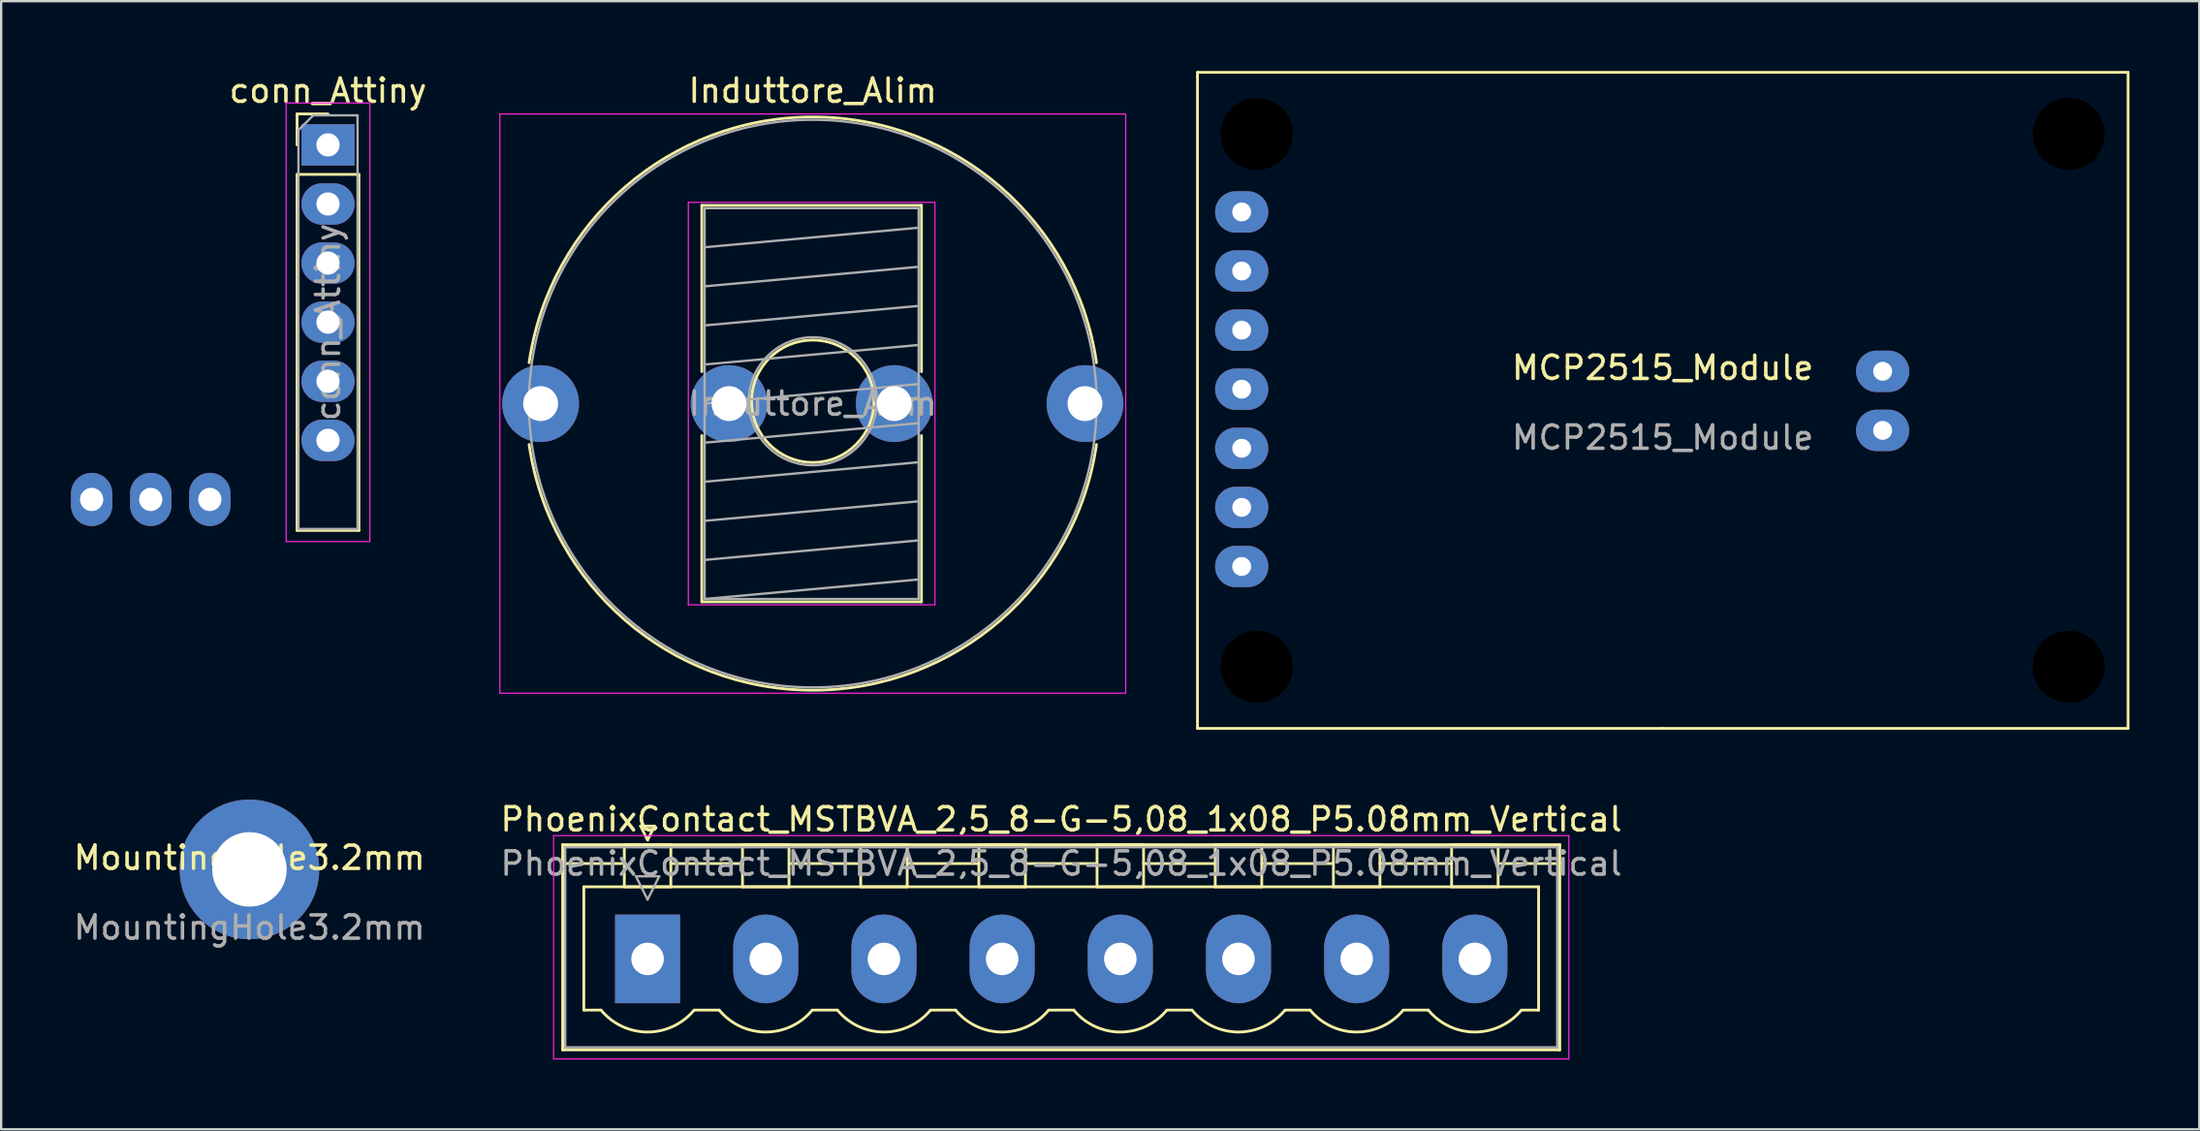
<source format=kicad_pcb>
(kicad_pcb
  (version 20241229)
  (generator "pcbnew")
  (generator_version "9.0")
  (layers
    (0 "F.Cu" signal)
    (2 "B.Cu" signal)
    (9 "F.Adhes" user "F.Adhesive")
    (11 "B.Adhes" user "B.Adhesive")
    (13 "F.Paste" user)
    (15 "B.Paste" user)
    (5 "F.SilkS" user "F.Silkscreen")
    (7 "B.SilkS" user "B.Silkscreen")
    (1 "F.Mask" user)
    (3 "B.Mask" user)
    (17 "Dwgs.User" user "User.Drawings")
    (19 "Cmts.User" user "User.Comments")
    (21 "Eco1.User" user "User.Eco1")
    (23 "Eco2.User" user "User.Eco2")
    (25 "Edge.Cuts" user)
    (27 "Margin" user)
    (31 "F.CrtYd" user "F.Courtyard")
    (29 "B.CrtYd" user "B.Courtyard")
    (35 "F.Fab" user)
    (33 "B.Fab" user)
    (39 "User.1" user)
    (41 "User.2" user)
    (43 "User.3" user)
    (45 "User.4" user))
  (footprint "MCP2515_Module"
    (layer "F.Cu")
    (at 77.872 12.91)
    (property "Reference" "MCP2515_Module" (at -9.45 -0.15 0) (unlocked yes) (layer "F.SilkS") (effects (font (size 1 1) (thickness 0.15))))
    (attr through_hole)
    (fp_line (start -29.45 -12.85) (end 10.55 -12.85) (stroke (width 0.12) (type solid)) (layer "F.SilkS"))
    (fp_line (start -29.45 -12.65) (end -29.45 -12.85) (stroke (width 0.12) (type solid)) (layer "F.SilkS"))
    (fp_line (start -29.45 15.35) (end -29.45 -12.65) (stroke (width 0.12) (type solid)) (layer "F.SilkS"))
    (fp_line (start -9.45 15.35) (end -29.45 15.35) (stroke (width 0.12) (type solid)) (layer "F.SilkS"))
    (fp_line (start -9.45 15.35) (end 10.55 15.35) (stroke (width 0.12) (type solid)) (layer "F.SilkS"))
    (fp_line (start 10.55 -12.85) (end 10.55 15.35) (stroke (width 0.12) (type solid)) (layer "F.SilkS"))
    (fp_text user "${REFERENCE}" (at -9.45 2.85 0) (unlocked yes) (layer "F.Fab") (effects (font (size 1 1) (thickness 0.15))))
    (pad "" np_thru_hole circle (at -26.9 -10.2) (size 3.2 3.2) (drill 3.1) (layers "*.Mask"))
    (pad "" np_thru_hole circle (at -26.9 12.7) (size 3.2 3.2) (drill 3.1) (layers "*.Mask"))
    (pad "" np_thru_hole circle (at 8 -10.2) (size 3.2 3.2) (drill 3.1) (layers "*.Mask"))
    (pad "" np_thru_hole circle (at 8 12.7) (size 3.2 3.2) (drill 3.1) (layers "*.Mask"))
    (pad "1" thru_hole oval (at -27.55 -6.85) (size 2.286 1.778) (drill 0.813) (layers "*.Cu" "*.Mask"))
    (pad "2" thru_hole oval (at -27.55 -4.31) (size 2.286 1.778) (drill 0.813) (layers "*.Cu" "*.Mask"))
    (pad "3" thru_hole oval (at -27.55 -1.77) (size 2.286 1.778) (drill 0.813) (layers "*.Cu" "*.Mask"))
    (pad "4" thru_hole oval (at -27.55 0.77) (size 2.286 1.778) (drill 0.813) (layers "*.Cu" "*.Mask"))
    (pad "5" thru_hole oval (at -27.55 3.31) (size 2.286 1.778) (drill 0.813) (layers "*.Cu" "*.Mask"))
    (pad "6" thru_hole oval (at -27.55 5.85) (size 2.286 1.778) (drill 0.813) (layers "*.Cu" "*.Mask"))
    (pad "7" thru_hole oval (at -27.55 8.39) (size 2.286 1.778) (drill 0.813) (layers "*.Cu" "*.Mask"))
    (pad "8" thru_hole oval (at 0 0) (size 2.286 1.778) (drill 0.813) (layers "*.Cu" "*.Mask"))
    (pad "9" thru_hole oval (at 0 2.54) (size 2.286 1.778) (drill 0.813) (layers "*.Cu" "*.Mask")))
  (footprint "MountingHole3.2mm"
    (layer "F.Cu")
    (at 7.673 34.32)
    (property "Reference" "MountingHole3.2mm" (at 0 -0.5 0) (unlocked yes) (layer "F.SilkS") (effects (font (size 1 1) (thickness 0.15))))
    (attr through_hole)
    (fp_text user "${REFERENCE}" (at 0 2.5 0) (unlocked yes) (layer "F.Fab") (effects (font (size 1 1) (thickness 0.15))))
    (pad "1" thru_hole circle (at 0 0) (size 6 6) (drill 3.2) (layers "*.Cu" "*.Mask")))
  (footprint "conn_Attiny"
    (layer "F.Cu")
    (at 11.049 3.178)
    (property "Reference" "conn_Attiny" (at 0 -2.33 0) (layer "F.SilkS") (effects (font (size 1 1) (thickness 0.15))))
    (attr through_hole)
    (fp_line (start -1.33 -1.33) (end 0 -1.33) (stroke (width 0.12) (type solid)) (layer "F.SilkS"))
    (fp_line (start -1.33 0) (end -1.33 -1.33) (stroke (width 0.12) (type solid)) (layer "F.SilkS"))
    (fp_line (start -1.33 1.27) (end -1.33 16.57) (stroke (width 0.12) (type solid)) (layer "F.SilkS"))
    (fp_line (start -1.33 1.27) (end 1.33 1.27) (stroke (width 0.12) (type solid)) (layer "F.SilkS"))
    (fp_line (start -1.33 16.57) (end 1.33 16.57) (stroke (width 0.12) (type solid)) (layer "F.SilkS"))
    (fp_line (start 1.33 1.27) (end 1.33 16.57) (stroke (width 0.12) (type solid)) (layer "F.SilkS"))
    (fp_line (start -1.8 -1.8) (end -1.8 17.05) (stroke (width 0.05) (type solid)) (layer "F.CrtYd"))
    (fp_line (start -1.8 17.05) (end 1.8 17.05) (stroke (width 0.05) (type solid)) (layer "F.CrtYd"))
    (fp_line (start 1.8 -1.8) (end -1.8 -1.8) (stroke (width 0.05) (type solid)) (layer "F.CrtYd"))
    (fp_line (start 1.8 17.05) (end 1.8 -1.8) (stroke (width 0.05) (type solid)) (layer "F.CrtYd"))
    (fp_line (start -1.27 -0.635) (end -0.635 -1.27) (stroke (width 0.1) (type solid)) (layer "F.Fab"))
    (fp_line (start -1.27 16.51) (end -1.27 -0.635) (stroke (width 0.1) (type solid)) (layer "F.Fab"))
    (fp_line (start -0.635 -1.27) (end 1.27 -1.27) (stroke (width 0.1) (type solid)) (layer "F.Fab"))
    (fp_line (start 1.27 -1.27) (end 1.27 16.51) (stroke (width 0.1) (type solid)) (layer "F.Fab"))
    (fp_line (start 1.27 16.51) (end -1.27 16.51) (stroke (width 0.1) (type solid)) (layer "F.Fab"))
    (fp_text user "${REFERENCE}" (at 0 7.62 90) (layer "F.Fab") (effects (font (size 1 1) (thickness 0.15))))
    (pad "1" thru_hole rect (at 0 0) (size 2.286 1.778) (drill 1) (layers "*.Cu" "*.Mask"))
    (pad "2" thru_hole oval (at 0 2.54) (size 2.286 1.778) (drill 1) (layers "*.Cu" "*.Mask"))
    (pad "3" thru_hole oval (at 0 5.08) (size 2.286 1.778) (drill 1) (layers "*.Cu" "*.Mask"))
    (pad "4" thru_hole oval (at 0 7.62) (size 2.286 1.778) (drill 1) (layers "*.Cu" "*.Mask"))
    (pad "5" thru_hole oval (at 0 10.16) (size 2.286 1.778) (drill 1) (layers "*.Cu" "*.Mask"))
    (pad "6" thru_hole oval (at 0 12.7) (size 2.286 1.778) (drill 1) (layers "*.Cu" "*.Mask"))
    (pad "7" thru_hole oval (at -5.08 15.24 90) (size 2.286 1.778) (drill 1) (layers "*.Cu" "*.Mask"))
    (pad "8" thru_hole oval (at -7.62 15.24 90) (size 2.286 1.778) (drill 1) (layers "*.Cu" "*.Mask"))
    (pad "9" thru_hole oval (at -10.16 15.24 90) (size 2.286 1.778) (drill 1) (layers "*.Cu" "*.Mask")))
  (footprint "Induttore_Alim"
    (layer "F.Cu")
    (at 31.887 14.298)
    (property "Reference" "Induttore_Alim" (at 0 -13.45 0) (layer "F.SilkS") (effects (font (size 1 1) (thickness 0.15))))
    (attr through_hole)
    (fp_line (start -4.77 -8.52) (end 4.67 -8.52) (stroke (width 0.12) (type solid)) (layer "F.SilkS"))
    (fp_line (start -4.77 -1.374) (end -4.77 -8.52) (stroke (width 0.12) (type solid)) (layer "F.SilkS"))
    (fp_line (start -4.77 8.52) (end -4.77 1.374) (stroke (width 0.12) (type solid)) (layer "F.SilkS"))
    (fp_line (start -4.77 8.52) (end 4.67 8.52) (stroke (width 0.12) (type solid)) (layer "F.SilkS"))
    (fp_line (start 4.67 -1.374) (end 4.67 -8.52) (stroke (width 0.12) (type solid)) (layer "F.SilkS"))
    (fp_line (start 4.67 8.52) (end 4.67 1.374) (stroke (width 0.12) (type solid)) (layer "F.SilkS"))
    (fp_arc (start -12.193638 -1.76) (mid 0 -12.32) (end 12.193638 -1.76) (stroke (width 0.12) (type solid)) (layer "F.SilkS"))
    (fp_arc (start 12.193638 1.76) (mid 0 12.32) (end -12.193638 1.76) (stroke (width 0.12) (type solid)) (layer "F.SilkS"))
    (fp_circle (center 0 -0.1) (end 2.63 -0.1) (stroke (width 0.12) (type solid)) (fill no) (layer "F.SilkS"))
    (fp_line (start -13.45 -12.45) (end -13.45 12.45) (stroke (width 0.05) (type solid)) (layer "F.CrtYd"))
    (fp_line (start -13.45 12.45) (end 13.45 12.45) (stroke (width 0.05) (type solid)) (layer "F.CrtYd"))
    (fp_line (start -5.35 -8.65) (end -5.35 8.65) (stroke (width 0.05) (type solid)) (layer "F.CrtYd"))
    (fp_line (start -5.35 8.65) (end 5.25 8.65) (stroke (width 0.05) (type solid)) (layer "F.CrtYd"))
    (fp_line (start 5.25 -8.65) (end -5.35 -8.65) (stroke (width 0.05) (type solid)) (layer "F.CrtYd"))
    (fp_line (start 5.25 8.65) (end 5.25 -8.65) (stroke (width 0.05) (type solid)) (layer "F.CrtYd"))
    (fp_line (start 13.45 -12.45) (end -13.45 -12.45) (stroke (width 0.05) (type solid)) (layer "F.CrtYd"))
    (fp_line (start 13.45 12.45) (end 13.45 -12.45) (stroke (width 0.05) (type solid)) (layer "F.CrtYd"))
    (fp_line (start -4.65 -8.4) (end -4.65 8.4) (stroke (width 0.1) (type solid)) (layer "F.Fab"))
    (fp_line (start -4.65 -6.72) (end 4.55 -7.56) (stroke (width 0.1) (type solid)) (layer "F.Fab"))
    (fp_line (start -4.65 -5.04) (end 4.55 -5.88) (stroke (width 0.1) (type solid)) (layer "F.Fab"))
    (fp_line (start -4.65 -3.36) (end 4.55 -4.2) (stroke (width 0.1) (type solid)) (layer "F.Fab"))
    (fp_line (start -4.65 -1.68) (end 4.55 -2.52) (stroke (width 0.1) (type solid)) (layer "F.Fab"))
    (fp_line (start -4.65 0) (end 4.55 -0.84) (stroke (width 0.1) (type solid)) (layer "F.Fab"))
    (fp_line (start -4.65 1.68) (end 4.55 0.84) (stroke (width 0.1) (type solid)) (layer "F.Fab"))
    (fp_line (start -4.65 3.36) (end 4.55 2.52) (stroke (width 0.1) (type solid)) (layer "F.Fab"))
    (fp_line (start -4.65 5.04) (end 4.55 4.2) (stroke (width 0.1) (type solid)) (layer "F.Fab"))
    (fp_line (start -4.65 6.72) (end 4.55 5.88) (stroke (width 0.1) (type solid)) (layer "F.Fab"))
    (fp_line (start -4.65 8.4) (end 4.55 7.56) (stroke (width 0.1) (type solid)) (layer "F.Fab"))
    (fp_line (start -4.65 8.4) (end 4.55 8.4) (stroke (width 0.1) (type solid)) (layer "F.Fab"))
    (fp_line (start 4.55 -8.4) (end -4.65 -8.4) (stroke (width 0.1) (type solid)) (layer "F.Fab"))
    (fp_line (start 4.55 8.4) (end 4.55 -8.4) (stroke (width 0.1) (type solid)) (layer "F.Fab"))
    (fp_circle (center 0 -0.1) (end 2.75 -0.1) (stroke (width 0.1) (type solid)) (fill no) (layer "F.Fab"))
    (fp_circle (center 0 0) (end 12.2 0) (stroke (width 0.1) (type solid)) (fill no) (layer "F.Fab"))
    (fp_text user "${REFERENCE}" (at 0 0 0) (layer "F.Fab") (effects (font (size 1 1) (thickness 0.15))))
    (pad "1" thru_hole circle (at -11.7 0) (size 3.302 3.302) (drill 1.5) (layers "*.Cu" "*.Mask"))
    (pad "1" thru_hole circle (at -3.6 0) (size 3.302 3.302) (drill 1.5) (layers "*.Cu" "*.Mask"))
    (pad "2" thru_hole circle (at 3.5 0) (size 3.302 3.302) (drill 1.5) (layers "*.Cu" "*.Mask"))
    (pad "2" thru_hole circle (at 11.7 0) (size 3.302 3.302) (drill 1.5) (layers "*.Cu" "*.Mask")))
  (footprint "PhoenixContact_MSTBVA_2,5_8-G-5,08_1x08_P5.08mm_Vertical"
    (layer "F.Cu")
    (at 24.785 38.168)
    (property "Reference" "PhoenixContact_MSTBVA_2,5_8-G-5,08_1x08_P5.08mm_Vertical" (at 17.78 -6 0) (layer "F.SilkS") (effects (font (size 1 1) (thickness 0.15))))
    (attr through_hole)
    (fp_line (start -3.65 -4.91) (end -3.65 3.91) (stroke (width 0.12) (type solid)) (layer "F.SilkS"))
    (fp_line (start -3.65 -4.1) (end -1.11 -4.1) (stroke (width 0.12) (type solid)) (layer "F.SilkS"))
    (fp_line (start -3.65 3.91) (end 39.21 3.91) (stroke (width 0.12) (type solid)) (layer "F.SilkS"))
    (fp_line (start -2.74 -3.1) (end 38.3 -3.1) (stroke (width 0.12) (type solid)) (layer "F.SilkS"))
    (fp_line (start -2.74 2.2) (end -2.74 -3.1) (stroke (width 0.12) (type solid)) (layer "F.SilkS"))
    (fp_line (start -2 2.2) (end -2.74 2.2) (stroke (width 0.12) (type solid)) (layer "F.SilkS"))
    (fp_line (start -1 -4.91) (end 1 -4.91) (stroke (width 0.12) (type solid)) (layer "F.SilkS"))
    (fp_line (start -1 -3.1) (end -1 -4.91) (stroke (width 0.12) (type solid)) (layer "F.SilkS"))
    (fp_line (start -0.3 -5.71) (end 0.3 -5.71) (stroke (width 0.12) (type solid)) (layer "F.SilkS"))
    (fp_line (start 0 -5.11) (end -0.3 -5.71) (stroke (width 0.12) (type solid)) (layer "F.SilkS"))
    (fp_line (start 0.3 -5.71) (end 0 -5.11) (stroke (width 0.12) (type solid)) (layer "F.SilkS"))
    (fp_line (start 1 -4.91) (end 1 -3.1) (stroke (width 0.12) (type solid)) (layer "F.SilkS"))
    (fp_line (start 1 -4.1) (end 4.08 -4.1) (stroke (width 0.12) (type solid)) (layer "F.SilkS"))
    (fp_line (start 1 -3.1) (end -1 -3.1) (stroke (width 0.12) (type solid)) (layer "F.SilkS"))
    (fp_line (start 2 2.2) (end 3.08 2.2) (stroke (width 0.12) (type solid)) (layer "F.SilkS"))
    (fp_line (start 4.08 -4.91) (end 6.08 -4.91) (stroke (width 0.12) (type solid)) (layer "F.SilkS"))
    (fp_line (start 4.08 -3.1) (end 4.08 -4.91) (stroke (width 0.12) (type solid)) (layer "F.SilkS"))
    (fp_line (start 6.08 -4.91) (end 6.08 -3.1) (stroke (width 0.12) (type solid)) (layer "F.SilkS"))
    (fp_line (start 6.08 -4.1) (end 9.16 -4.1) (stroke (width 0.12) (type solid)) (layer "F.SilkS"))
    (fp_line (start 6.08 -3.1) (end 4.08 -3.1) (stroke (width 0.12) (type solid)) (layer "F.SilkS"))
    (fp_line (start 7.08 2.2) (end 8.16 2.2) (stroke (width 0.12) (type solid)) (layer "F.SilkS"))
    (fp_line (start 9.16 -4.91) (end 11.16 -4.91) (stroke (width 0.12) (type solid)) (layer "F.SilkS"))
    (fp_line (start 9.16 -3.1) (end 9.16 -4.91) (stroke (width 0.12) (type solid)) (layer "F.SilkS"))
    (fp_line (start 11.16 -4.91) (end 11.16 -3.1) (stroke (width 0.12) (type solid)) (layer "F.SilkS"))
    (fp_line (start 11.16 -4.1) (end 14.24 -4.1) (stroke (width 0.12) (type solid)) (layer "F.SilkS"))
    (fp_line (start 11.16 -3.1) (end 9.16 -3.1) (stroke (width 0.12) (type solid)) (layer "F.SilkS"))
    (fp_line (start 12.16 2.2) (end 13.24 2.2) (stroke (width 0.12) (type solid)) (layer "F.SilkS"))
    (fp_line (start 14.24 -4.91) (end 16.24 -4.91) (stroke (width 0.12) (type solid)) (layer "F.SilkS"))
    (fp_line (start 14.24 -3.1) (end 14.24 -4.91) (stroke (width 0.12) (type solid)) (layer "F.SilkS"))
    (fp_line (start 16.24 -4.91) (end 16.24 -3.1) (stroke (width 0.12) (type solid)) (layer "F.SilkS"))
    (fp_line (start 16.24 -4.1) (end 19.32 -4.1) (stroke (width 0.12) (type solid)) (layer "F.SilkS"))
    (fp_line (start 16.24 -3.1) (end 14.24 -3.1) (stroke (width 0.12) (type solid)) (layer "F.SilkS"))
    (fp_line (start 17.24 2.2) (end 18.32 2.2) (stroke (width 0.12) (type solid)) (layer "F.SilkS"))
    (fp_line (start 19.32 -4.91) (end 21.32 -4.91) (stroke (width 0.12) (type solid)) (layer "F.SilkS"))
    (fp_line (start 19.32 -3.1) (end 19.32 -4.91) (stroke (width 0.12) (type solid)) (layer "F.SilkS"))
    (fp_line (start 21.32 -4.91) (end 21.32 -3.1) (stroke (width 0.12) (type solid)) (layer "F.SilkS"))
    (fp_line (start 21.32 -4.1) (end 24.4 -4.1) (stroke (width 0.12) (type solid)) (layer "F.SilkS"))
    (fp_line (start 21.32 -3.1) (end 19.32 -3.1) (stroke (width 0.12) (type solid)) (layer "F.SilkS"))
    (fp_line (start 22.32 2.2) (end 23.4 2.2) (stroke (width 0.12) (type solid)) (layer "F.SilkS"))
    (fp_line (start 24.4 -4.91) (end 26.4 -4.91) (stroke (width 0.12) (type solid)) (layer "F.SilkS"))
    (fp_line (start 24.4 -3.1) (end 24.4 -4.91) (stroke (width 0.12) (type solid)) (layer "F.SilkS"))
    (fp_line (start 26.4 -4.91) (end 26.4 -3.1) (stroke (width 0.12) (type solid)) (layer "F.SilkS"))
    (fp_line (start 26.4 -4.1) (end 29.48 -4.1) (stroke (width 0.12) (type solid)) (layer "F.SilkS"))
    (fp_line (start 26.4 -3.1) (end 24.4 -3.1) (stroke (width 0.12) (type solid)) (layer "F.SilkS"))
    (fp_line (start 27.4 2.2) (end 28.48 2.2) (stroke (width 0.12) (type solid)) (layer "F.SilkS"))
    (fp_line (start 29.48 -4.91) (end 31.48 -4.91) (stroke (width 0.12) (type solid)) (layer "F.SilkS"))
    (fp_line (start 29.48 -3.1) (end 29.48 -4.91) (stroke (width 0.12) (type solid)) (layer "F.SilkS"))
    (fp_line (start 31.48 -4.91) (end 31.48 -3.1) (stroke (width 0.12) (type solid)) (layer "F.SilkS"))
    (fp_line (start 31.48 -4.1) (end 34.56 -4.1) (stroke (width 0.12) (type solid)) (layer "F.SilkS"))
    (fp_line (start 31.48 -3.1) (end 29.48 -3.1) (stroke (width 0.12) (type solid)) (layer "F.SilkS"))
    (fp_line (start 32.48 2.2) (end 33.56 2.2) (stroke (width 0.12) (type solid)) (layer "F.SilkS"))
    (fp_line (start 34.56 -4.91) (end 36.56 -4.91) (stroke (width 0.12) (type solid)) (layer "F.SilkS"))
    (fp_line (start 34.56 -3.1) (end 34.56 -4.91) (stroke (width 0.12) (type solid)) (layer "F.SilkS"))
    (fp_line (start 36.56 -4.91) (end 36.56 -3.1) (stroke (width 0.12) (type solid)) (layer "F.SilkS"))
    (fp_line (start 36.56 -3.1) (end 34.56 -3.1) (stroke (width 0.12) (type solid)) (layer "F.SilkS"))
    (fp_line (start 38.3 -3.1) (end 38.3 2.2) (stroke (width 0.12) (type solid)) (layer "F.SilkS"))
    (fp_line (start 38.3 2.2) (end 37.56 2.2) (stroke (width 0.12) (type solid)) (layer "F.SilkS"))
    (fp_line (start 39.21 -4.91) (end -3.65 -4.91) (stroke (width 0.12) (type solid)) (layer "F.SilkS"))
    (fp_line (start 39.21 -4.1) (end 36.67 -4.1) (stroke (width 0.12) (type solid)) (layer "F.SilkS"))
    (fp_line (start 39.21 3.91) (end 39.21 -4.91) (stroke (width 0.12) (type solid)) (layer "F.SilkS"))
    (fp_arc (start 1.986842 2.215821) (mid -0.010289 3.142758) (end -2 2.2) (stroke (width 0.12) (type solid)) (layer "F.SilkS"))
    (fp_arc (start 7.066842 2.215821) (mid 5.069711 3.142758) (end 3.08 2.2) (stroke (width 0.12) (type solid)) (layer "F.SilkS"))
    (fp_arc (start 12.146842 2.215821) (mid 10.149711 3.142758) (end 8.16 2.2) (stroke (width 0.12) (type solid)) (layer "F.SilkS"))
    (fp_arc (start 17.226842 2.215821) (mid 15.229711 3.142758) (end 13.24 2.2) (stroke (width 0.12) (type solid)) (layer "F.SilkS"))
    (fp_arc (start 22.306842 2.215821) (mid 20.309711 3.142758) (end 18.32 2.2) (stroke (width 0.12) (type solid)) (layer "F.SilkS"))
    (fp_arc (start 27.386842 2.215821) (mid 25.389711 3.142758) (end 23.4 2.2) (stroke (width 0.12) (type solid)) (layer "F.SilkS"))
    (fp_arc (start 32.466842 2.215821) (mid 30.469711 3.142758) (end 28.48 2.2) (stroke (width 0.12) (type solid)) (layer "F.SilkS"))
    (fp_arc (start 37.546842 2.215821) (mid 35.549711 3.142758) (end 33.56 2.2) (stroke (width 0.12) (type solid)) (layer "F.SilkS"))
    (fp_line (start -4.04 -5.3) (end -4.04 4.3) (stroke (width 0.05) (type solid)) (layer "F.CrtYd"))
    (fp_line (start -4.04 4.3) (end 39.6 4.3) (stroke (width 0.05) (type solid)) (layer "F.CrtYd"))
    (fp_line (start 39.6 -5.3) (end -4.04 -5.3) (stroke (width 0.05) (type solid)) (layer "F.CrtYd"))
    (fp_line (start 39.6 4.3) (end 39.6 -5.3) (stroke (width 0.05) (type solid)) (layer "F.CrtYd"))
    (fp_line (start -3.54 -4.8) (end -3.54 3.8) (stroke (width 0.1) (type solid)) (layer "F.Fab"))
    (fp_line (start -3.54 3.8) (end 39.1 3.8) (stroke (width 0.1) (type solid)) (layer "F.Fab"))
    (fp_line (start -0.5 -3.55) (end 0.5 -3.55) (stroke (width 0.1) (type solid)) (layer "F.Fab"))
    (fp_line (start 0 -2.55) (end -0.5 -3.55) (stroke (width 0.1) (type solid)) (layer "F.Fab"))
    (fp_line (start 0.5 -3.55) (end 0 -2.55) (stroke (width 0.1) (type solid)) (layer "F.Fab"))
    (fp_line (start 39.1 -4.8) (end -3.54 -4.8) (stroke (width 0.1) (type solid)) (layer "F.Fab"))
    (fp_line (start 39.1 3.8) (end 39.1 -4.8) (stroke (width 0.1) (type solid)) (layer "F.Fab"))
    (fp_text user "${REFERENCE}" (at 17.78 -4.1 0) (layer "F.Fab") (effects (font (size 1 1) (thickness 0.15))))
    (pad "1" thru_hole rect (at 0 0) (size 2.794 3.81) (drill 1.397) (layers "*.Cu" "*.Mask"))
    (pad "2" thru_hole oval (at 5.08 0) (size 2.794 3.81) (drill 1.397) (layers "*.Cu" "*.Mask"))
    (pad "3" thru_hole oval (at 10.16 0) (size 2.794 3.81) (drill 1.397) (layers "*.Cu" "*.Mask"))
    (pad "4" thru_hole oval (at 15.24 0) (size 2.794 3.81) (drill 1.397) (layers "*.Cu" "*.Mask"))
    (pad "5" thru_hole oval (at 20.32 0) (size 2.794 3.81) (drill 1.397) (layers "*.Cu" "*.Mask"))
    (pad "6" thru_hole oval (at 25.4 0) (size 2.794 3.81) (drill 1.397) (layers "*.Cu" "*.Mask"))
    (pad "7" thru_hole oval (at 30.48 0) (size 2.794 3.81) (drill 1.397) (layers "*.Cu" "*.Mask"))
    (pad "8" thru_hole oval (at 35.56 0) (size 2.794 3.81) (drill 1.397) (layers "*.Cu" "*.Mask")))
  (gr_rect
    (start -3 -3)
    (end 91.482 45.493)
    (stroke (width 0.1) (type default))
    (fill no)
    (layer "Edge.Cuts")))
</source>
